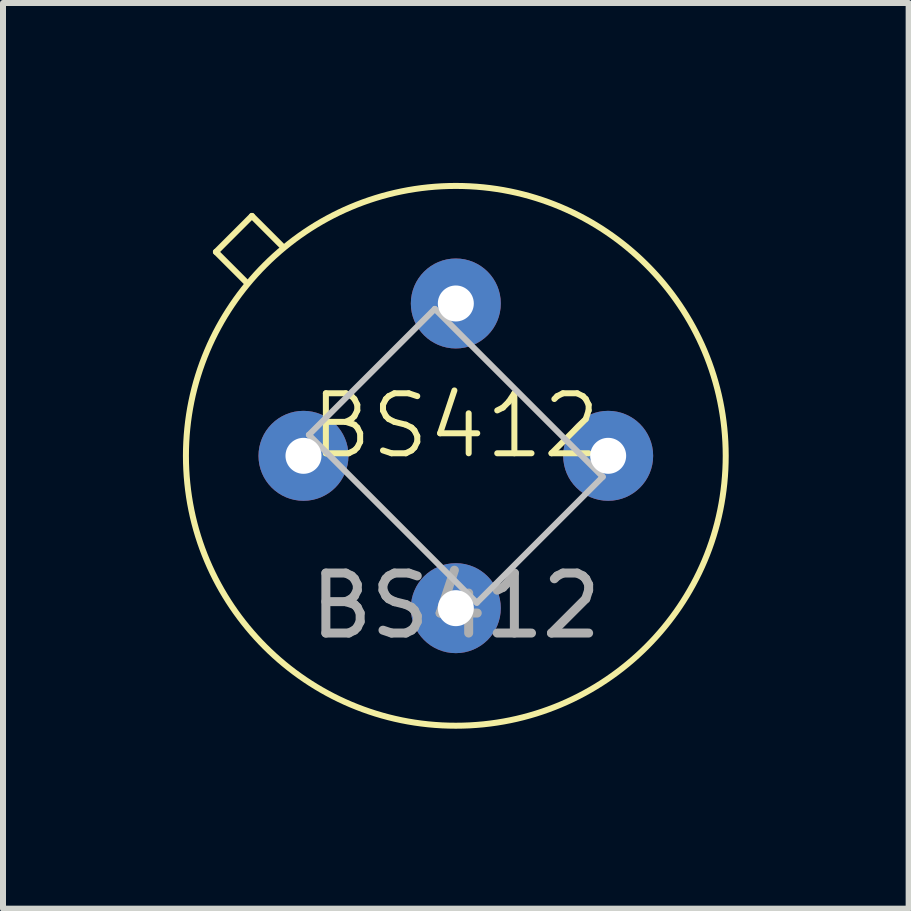
<source format=kicad_pcb>
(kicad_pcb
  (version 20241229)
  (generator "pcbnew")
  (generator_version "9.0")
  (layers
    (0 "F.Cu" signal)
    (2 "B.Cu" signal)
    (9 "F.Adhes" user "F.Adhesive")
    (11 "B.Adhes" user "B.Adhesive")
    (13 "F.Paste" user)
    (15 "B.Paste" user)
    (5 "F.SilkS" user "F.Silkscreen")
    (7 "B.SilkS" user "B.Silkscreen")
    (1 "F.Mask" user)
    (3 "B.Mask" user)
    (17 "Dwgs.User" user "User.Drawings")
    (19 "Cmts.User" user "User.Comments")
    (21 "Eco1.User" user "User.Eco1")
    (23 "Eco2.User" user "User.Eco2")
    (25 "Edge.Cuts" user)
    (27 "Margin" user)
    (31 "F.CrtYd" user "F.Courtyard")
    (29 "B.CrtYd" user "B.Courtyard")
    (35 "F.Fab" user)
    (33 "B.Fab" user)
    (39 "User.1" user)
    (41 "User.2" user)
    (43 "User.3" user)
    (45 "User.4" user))
  (footprint "BS412"
    (layer "F.Cu")
    (at 4.55 4.55)
    (property "Reference" "BS412" (at 0 -0.5 0) (unlocked yes) (layer "F.SilkS") (effects (font (size 1 1) (thickness 0.1))))
    (attr through_hole)
    (fp_line (start -4 -3.4) (end -3.4 -4) (stroke (width 0.1) (type default)) (layer "F.SilkS"))
    (fp_line (start -3.5 -2.9) (end -4 -3.4) (stroke (width 0.1) (type default)) (layer "F.SilkS"))
    (fp_line (start -3.4 -4) (end -2.9 -3.5) (stroke (width 0.1) (type default)) (layer "F.SilkS"))
    (fp_circle (center 0 0) (end 4.5 0) (stroke (width 0.1) (type default)) (fill no) (layer "F.SilkS"))
    (fp_line (start -2.45 -0.35) (end -0.35 -2.45) (stroke (width 0.1) (type default)) (layer "Dwgs.User"))
    (fp_line (start -0.35 -2.45) (end 2.45 0.35) (stroke (width 0.1) (type default)) (layer "Dwgs.User"))
    (fp_line (start 0.35 2.45) (end -2.45 -0.35) (stroke (width 0.1) (type default)) (layer "Dwgs.User"))
    (fp_line (start 2.45 0.35) (end 0.35 2.45) (stroke (width 0.1) (type default)) (layer "Dwgs.User"))
    (fp_text user "${REFERENCE}" (at 0 2.5 0) (unlocked yes) (layer "F.Fab") (effects (font (size 1 1) (thickness 0.15))))
    (pad "1" thru_hole circle (at 0 -2.54) (size 1.5 1.5) (drill 0.6) (layers "*.Cu" "*.Mask"))
    (pad "2" thru_hole circle (at -2.54 0) (size 1.5 1.5) (drill 0.6) (layers "*.Cu" "*.Mask"))
    (pad "3" thru_hole circle (at 0 2.54) (size 1.5 1.5) (drill 0.6) (layers "*.Cu" "*.Mask"))
    (pad "4" thru_hole circle (at 2.54 0) (size 1.5 1.5) (drill 0.6) (layers "*.Cu" "*.Mask")))
  (gr_rect
    (start -3 -3)
    (end 12.1 12.1)
    (stroke (width 0.1) (type default))
    (fill no)
    (layer "Edge.Cuts")))
</source>
